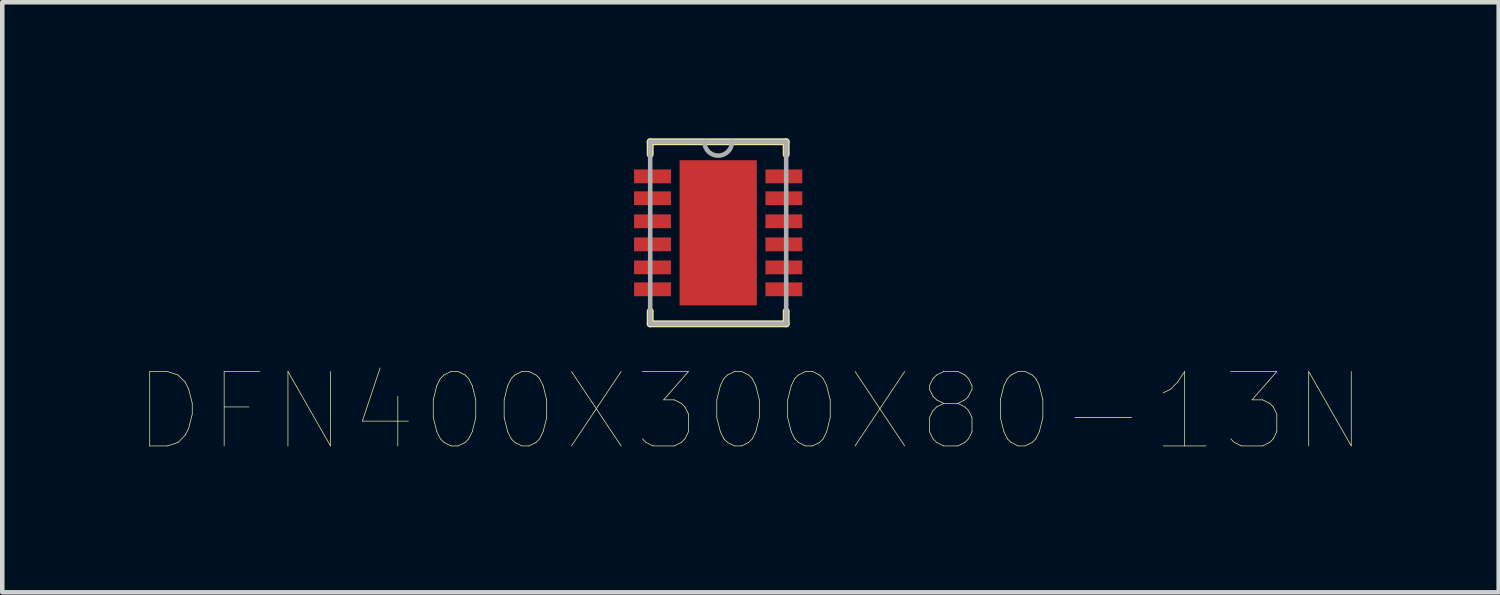
<source format=kicad_pcb>
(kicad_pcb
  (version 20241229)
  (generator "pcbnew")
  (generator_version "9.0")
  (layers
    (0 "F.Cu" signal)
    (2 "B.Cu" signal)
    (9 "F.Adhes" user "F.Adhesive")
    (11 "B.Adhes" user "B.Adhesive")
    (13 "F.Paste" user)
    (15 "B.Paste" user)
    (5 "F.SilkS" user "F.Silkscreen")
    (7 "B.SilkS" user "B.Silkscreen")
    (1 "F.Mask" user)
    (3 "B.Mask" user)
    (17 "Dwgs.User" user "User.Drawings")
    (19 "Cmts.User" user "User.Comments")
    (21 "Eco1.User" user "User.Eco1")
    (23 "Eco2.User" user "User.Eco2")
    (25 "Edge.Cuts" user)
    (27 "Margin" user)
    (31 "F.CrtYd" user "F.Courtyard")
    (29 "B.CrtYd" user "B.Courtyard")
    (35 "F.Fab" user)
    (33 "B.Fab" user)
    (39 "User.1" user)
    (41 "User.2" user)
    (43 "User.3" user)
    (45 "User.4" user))
  (footprint "DFN400X300X80-13N"
    (layer "F.Cu")
    (at 12.784 2.083)
    (property "Reference" "DFN400X300X80-13N" (at 0.712 3.94 0) (layer "F.SilkS") (effects (font (size 1.641 1.641) (thickness 0.015))))
    (attr through_hole)
    (fp_line (start -1.499 -2.007) (end -1.499 -1.727) (stroke (width 0.152) (type solid)) (layer "F.SilkS"))
    (fp_line (start -1.499 1.727) (end -1.499 2.007) (stroke (width 0.152) (type solid)) (layer "F.SilkS"))
    (fp_line (start -1.499 2.007) (end 1.499 2.007) (stroke (width 0.152) (type solid)) (layer "F.SilkS"))
    (fp_line (start 1.499 -2.007) (end -1.499 -2.007) (stroke (width 0.152) (type solid)) (layer "F.SilkS"))
    (fp_line (start 1.499 -1.727) (end 1.499 -2.007) (stroke (width 0.152) (type solid)) (layer "F.SilkS"))
    (fp_line (start 1.499 2.007) (end 1.499 1.727) (stroke (width 0.152) (type solid)) (layer "F.SilkS"))
    (fp_line (start -1.499 -2.007) (end -1.499 2.007) (stroke (width 0.1) (type solid)) (layer "F.Fab"))
    (fp_line (start -1.499 2.007) (end 1.499 2.007) (stroke (width 0.1) (type solid)) (layer "F.Fab"))
    (fp_line (start -0.305 -2.007) (end -1.499 -2.007) (stroke (width 0.1) (type solid)) (layer "F.Fab"))
    (fp_line (start 0.305 -2.007) (end -0.305 -2.007) (stroke (width 0.1) (type solid)) (layer "F.Fab"))
    (fp_line (start 1.499 -2.007) (end 0.305 -2.007) (stroke (width 0.1) (type solid)) (layer "F.Fab"))
    (fp_line (start 1.499 2.007) (end 1.499 -2.007) (stroke (width 0.1) (type solid)) (layer "F.Fab"))
    (fp_arc (start 0.3048 -2.0066) (mid 0 -1.7018) (end -0.3048 -2.0066) (stroke (width 0.1) (type solid)) (layer "F.Fab"))
    (pad "1" smd rect (at -1.448 -1.245) (size 0.813 0.305) (layers "F.Cu" "F.Mask" "F.Paste"))
    (pad "2" smd rect (at -1.448 -0.762) (size 0.813 0.305) (layers "F.Cu" "F.Mask" "F.Paste"))
    (pad "3" smd rect (at -1.448 -0.254) (size 0.813 0.305) (layers "F.Cu" "F.Mask" "F.Paste"))
    (pad "4" smd rect (at -1.448 0.254) (size 0.813 0.305) (layers "F.Cu" "F.Mask" "F.Paste"))
    (pad "5" smd rect (at -1.448 0.762) (size 0.813 0.305) (layers "F.Cu" "F.Mask" "F.Paste"))
    (pad "6" smd rect (at -1.448 1.245) (size 0.813 0.305) (layers "F.Cu" "F.Mask" "F.Paste"))
    (pad "7" smd rect (at 1.448 1.245) (size 0.813 0.305) (layers "F.Cu" "F.Mask" "F.Paste"))
    (pad "8" smd rect (at 1.448 0.762) (size 0.813 0.305) (layers "F.Cu" "F.Mask" "F.Paste"))
    (pad "9" smd rect (at 1.448 0.254) (size 0.813 0.305) (layers "F.Cu" "F.Mask" "F.Paste"))
    (pad "10" smd rect (at 1.448 -0.254) (size 0.813 0.305) (layers "F.Cu" "F.Mask" "F.Paste"))
    (pad "11" smd rect (at 1.448 -0.762) (size 0.813 0.305) (layers "F.Cu" "F.Mask" "F.Paste"))
    (pad "12" smd rect (at 1.448 -1.245) (size 0.813 0.305) (layers "F.Cu" "F.Mask" "F.Paste"))
    (pad "13" smd rect (at 0 0) (size 1.702 3.2) (layers "F.Cu" "F.Mask" "F.Paste")))
  (gr_rect
    (start -3 -3)
    (end 29.992 10.009)
    (stroke (width 0.1) (type default))
    (fill no)
    (layer "Edge.Cuts")))
</source>
